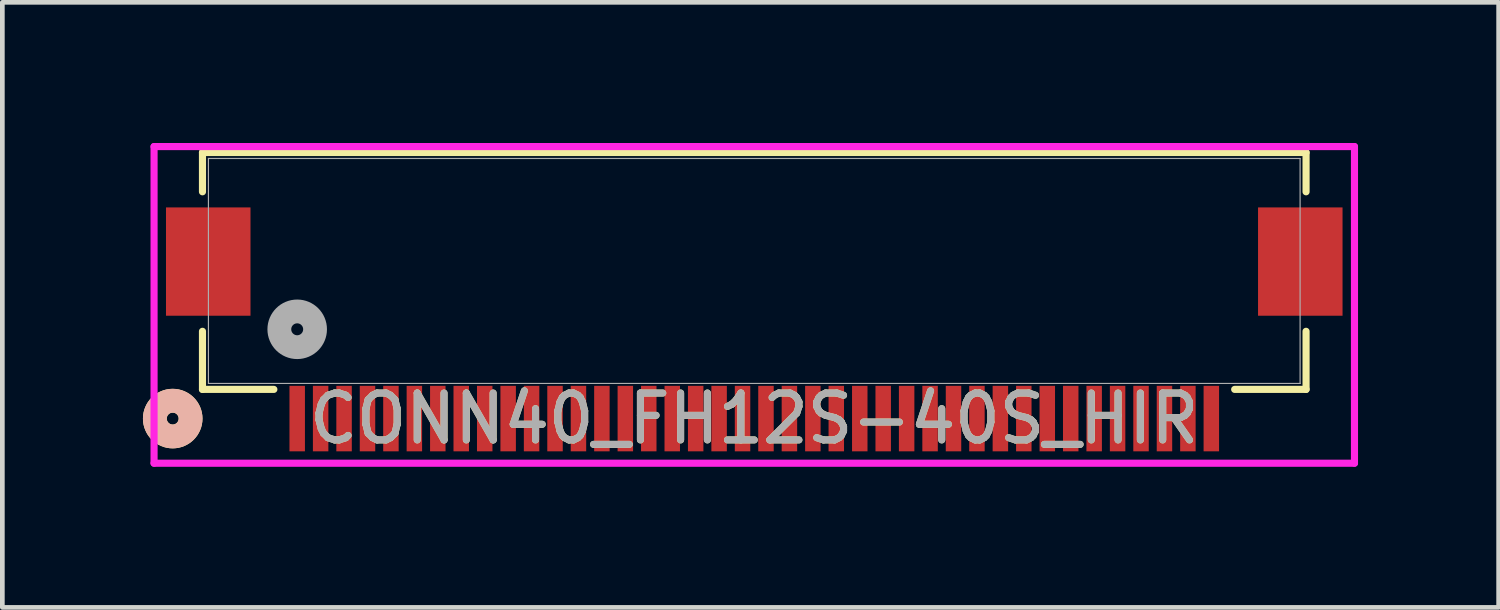
<source format=kicad_pcb>
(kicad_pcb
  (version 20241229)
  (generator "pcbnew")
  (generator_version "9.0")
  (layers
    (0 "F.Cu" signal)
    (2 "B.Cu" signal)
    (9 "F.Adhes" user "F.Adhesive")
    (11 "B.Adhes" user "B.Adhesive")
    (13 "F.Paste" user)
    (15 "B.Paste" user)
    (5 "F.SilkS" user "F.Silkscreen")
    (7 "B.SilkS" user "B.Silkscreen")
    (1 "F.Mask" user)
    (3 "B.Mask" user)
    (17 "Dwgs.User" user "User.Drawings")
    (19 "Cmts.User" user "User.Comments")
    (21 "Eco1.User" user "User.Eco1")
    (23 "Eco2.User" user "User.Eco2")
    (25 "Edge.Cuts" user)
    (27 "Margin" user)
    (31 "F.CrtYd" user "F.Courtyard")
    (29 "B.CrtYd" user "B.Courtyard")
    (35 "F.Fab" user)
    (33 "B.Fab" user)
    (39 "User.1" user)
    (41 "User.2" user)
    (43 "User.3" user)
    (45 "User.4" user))
  (footprint "CONN40_FH12S-40S_HIR"
    (layer "F.Cu")
    (at 13.043 2.731)
    (property "Reference" "CONN40_FH12S-40S_HIR" (at 0 3.15 0) (unlocked yes) (layer "F.SilkS") (effects (font (size 1 1) (thickness 0.15))))
    (attr smd)
    (fp_line (start -11.773 -2.527) (end -11.773 -1.689) (stroke (width 0.152) (type solid)) (layer "F.SilkS"))
    (fp_line (start -11.773 1.288) (end -11.773 2.527) (stroke (width 0.152) (type solid)) (layer "F.SilkS"))
    (fp_line (start -11.773 2.527) (end -10.25 2.527) (stroke (width 0.152) (type solid)) (layer "F.SilkS"))
    (fp_line (start 10.25 2.527) (end 11.773 2.527) (stroke (width 0.152) (type solid)) (layer "F.SilkS"))
    (fp_line (start 11.773 -2.527) (end -11.773 -2.527) (stroke (width 0.152) (type solid)) (layer "F.SilkS"))
    (fp_line (start 11.773 -1.689) (end 11.773 -2.527) (stroke (width 0.152) (type solid)) (layer "F.SilkS"))
    (fp_line (start 11.773 2.527) (end 11.773 1.288) (stroke (width 0.152) (type solid)) (layer "F.SilkS"))
    (fp_circle (center -12.408 3.15) (end -12.027 3.15) (stroke (width 0.508) (type solid)) (fill no) (layer "F.SilkS"))
    (fp_circle (center -12.408 3.15) (end -12.027 3.15) (stroke (width 0.508) (type solid)) (fill no) (layer "B.SilkS"))
    (fp_line (start -12.806 -2.654) (end -12.806 4.102) (stroke (width 0.152) (type solid)) (layer "F.CrtYd"))
    (fp_line (start -12.806 4.102) (end 12.806 4.102) (stroke (width 0.152) (type solid)) (layer "F.CrtYd"))
    (fp_line (start 12.806 -2.654) (end -12.806 -2.654) (stroke (width 0.152) (type solid)) (layer "F.CrtYd"))
    (fp_line (start 12.806 4.102) (end 12.806 -2.654) (stroke (width 0.152) (type solid)) (layer "F.CrtYd"))
    (fp_line (start -11.646 -2.4) (end -11.646 2.4) (stroke (width 0.025) (type solid)) (layer "F.Fab"))
    (fp_line (start -11.646 2.4) (end 11.646 2.4) (stroke (width 0.025) (type solid)) (layer "F.Fab"))
    (fp_line (start 11.646 -2.4) (end -11.646 -2.4) (stroke (width 0.025) (type solid)) (layer "F.Fab"))
    (fp_line (start 11.646 2.4) (end 11.646 -2.4) (stroke (width 0.025) (type solid)) (layer "F.Fab"))
    (fp_circle (center -9.752 1.245) (end -9.371 1.245) (stroke (width 0.508) (type solid)) (fill no) (layer "F.Fab"))
    (fp_text user "${REFERENCE}" (at 0 3.15 0) (unlocked yes) (layer "F.Fab") (effects (font (size 1 1) (thickness 0.15))))
    (pad "1" smd rect (at -9.752 3.15) (size 0.33 1.397) (layers "F.Cu" "F.Mask" "F.Paste"))
    (pad "2" smd rect (at -9.252 3.15) (size 0.33 1.397) (layers "F.Cu" "F.Mask" "F.Paste"))
    (pad "3" smd rect (at -8.752 3.15) (size 0.33 1.397) (layers "F.Cu" "F.Mask" "F.Paste"))
    (pad "4" smd rect (at -8.252 3.15) (size 0.33 1.397) (layers "F.Cu" "F.Mask" "F.Paste"))
    (pad "5" smd rect (at -7.752 3.15) (size 0.33 1.397) (layers "F.Cu" "F.Mask" "F.Paste"))
    (pad "6" smd rect (at -7.252 3.15) (size 0.33 1.397) (layers "F.Cu" "F.Mask" "F.Paste"))
    (pad "7" smd rect (at -6.752 3.15) (size 0.33 1.397) (layers "F.Cu" "F.Mask" "F.Paste"))
    (pad "8" smd rect (at -6.252 3.15) (size 0.33 1.397) (layers "F.Cu" "F.Mask" "F.Paste"))
    (pad "9" smd rect (at -5.751 3.15) (size 0.33 1.397) (layers "F.Cu" "F.Mask" "F.Paste"))
    (pad "10" smd rect (at -5.251 3.15) (size 0.33 1.397) (layers "F.Cu" "F.Mask" "F.Paste"))
    (pad "11" smd rect (at -4.751 3.15) (size 0.33 1.397) (layers "F.Cu" "F.Mask" "F.Paste"))
    (pad "12" smd rect (at -4.251 3.15) (size 0.33 1.397) (layers "F.Cu" "F.Mask" "F.Paste"))
    (pad "13" smd rect (at -3.751 3.15) (size 0.33 1.397) (layers "F.Cu" "F.Mask" "F.Paste"))
    (pad "14" smd rect (at -3.251 3.15) (size 0.33 1.397) (layers "F.Cu" "F.Mask" "F.Paste"))
    (pad "15" smd rect (at -2.751 3.15) (size 0.33 1.397) (layers "F.Cu" "F.Mask" "F.Paste"))
    (pad "16" smd rect (at -2.251 3.15) (size 0.33 1.397) (layers "F.Cu" "F.Mask" "F.Paste"))
    (pad "17" smd rect (at -1.75 3.15) (size 0.33 1.397) (layers "F.Cu" "F.Mask" "F.Paste"))
    (pad "18" smd rect (at -1.25 3.15) (size 0.33 1.397) (layers "F.Cu" "F.Mask" "F.Paste"))
    (pad "19" smd rect (at -0.75 3.15) (size 0.33 1.397) (layers "F.Cu" "F.Mask" "F.Paste"))
    (pad "20" smd rect (at -0.25 3.15) (size 0.33 1.397) (layers "F.Cu" "F.Mask" "F.Paste"))
    (pad "21" smd rect (at 0.25 3.15) (size 0.33 1.397) (layers "F.Cu" "F.Mask" "F.Paste"))
    (pad "22" smd rect (at 0.75 3.15) (size 0.33 1.397) (layers "F.Cu" "F.Mask" "F.Paste"))
    (pad "23" smd rect (at 1.25 3.15) (size 0.33 1.397) (layers "F.Cu" "F.Mask" "F.Paste"))
    (pad "24" smd rect (at 1.75 3.15) (size 0.33 1.397) (layers "F.Cu" "F.Mask" "F.Paste"))
    (pad "25" smd rect (at 2.251 3.15) (size 0.33 1.397) (layers "F.Cu" "F.Mask" "F.Paste"))
    (pad "26" smd rect (at 2.751 3.15) (size 0.33 1.397) (layers "F.Cu" "F.Mask" "F.Paste"))
    (pad "27" smd rect (at 3.251 3.15) (size 0.33 1.397) (layers "F.Cu" "F.Mask" "F.Paste"))
    (pad "28" smd rect (at 3.751 3.15) (size 0.33 1.397) (layers "F.Cu" "F.Mask" "F.Paste"))
    (pad "29" smd rect (at 4.251 3.15) (size 0.33 1.397) (layers "F.Cu" "F.Mask" "F.Paste"))
    (pad "30" smd rect (at 4.751 3.15) (size 0.33 1.397) (layers "F.Cu" "F.Mask" "F.Paste"))
    (pad "31" smd rect (at 5.251 3.15) (size 0.33 1.397) (layers "F.Cu" "F.Mask" "F.Paste"))
    (pad "32" smd rect (at 5.751 3.15) (size 0.33 1.397) (layers "F.Cu" "F.Mask" "F.Paste"))
    (pad "33" smd rect (at 6.252 3.15) (size 0.33 1.397) (layers "F.Cu" "F.Mask" "F.Paste"))
    (pad "34" smd rect (at 6.752 3.15) (size 0.33 1.397) (layers "F.Cu" "F.Mask" "F.Paste"))
    (pad "35" smd rect (at 7.252 3.15) (size 0.33 1.397) (layers "F.Cu" "F.Mask" "F.Paste"))
    (pad "36" smd rect (at 7.752 3.15) (size 0.33 1.397) (layers "F.Cu" "F.Mask" "F.Paste"))
    (pad "37" smd rect (at 8.252 3.15) (size 0.33 1.397) (layers "F.Cu" "F.Mask" "F.Paste"))
    (pad "38" smd rect (at 8.752 3.15) (size 0.33 1.397) (layers "F.Cu" "F.Mask" "F.Paste"))
    (pad "39" smd rect (at 9.252 3.15) (size 0.33 1.397) (layers "F.Cu" "F.Mask" "F.Paste"))
    (pad "40" smd rect (at 9.752 3.15) (size 0.33 1.397) (layers "F.Cu" "F.Mask" "F.Paste"))
    (pad "41" smd rect (at -11.65 -0.2) (size 1.803 2.311) (layers "F.Cu" "F.Mask" "F.Paste"))
    (pad "42" smd rect (at 11.65 -0.2) (size 1.803 2.311) (layers "F.Cu" "F.Mask" "F.Paste")))
  (gr_rect
    (start -3 -3)
    (end 28.925 9.909)
    (stroke (width 0.1) (type default))
    (fill no)
    (layer "Edge.Cuts")))
</source>
